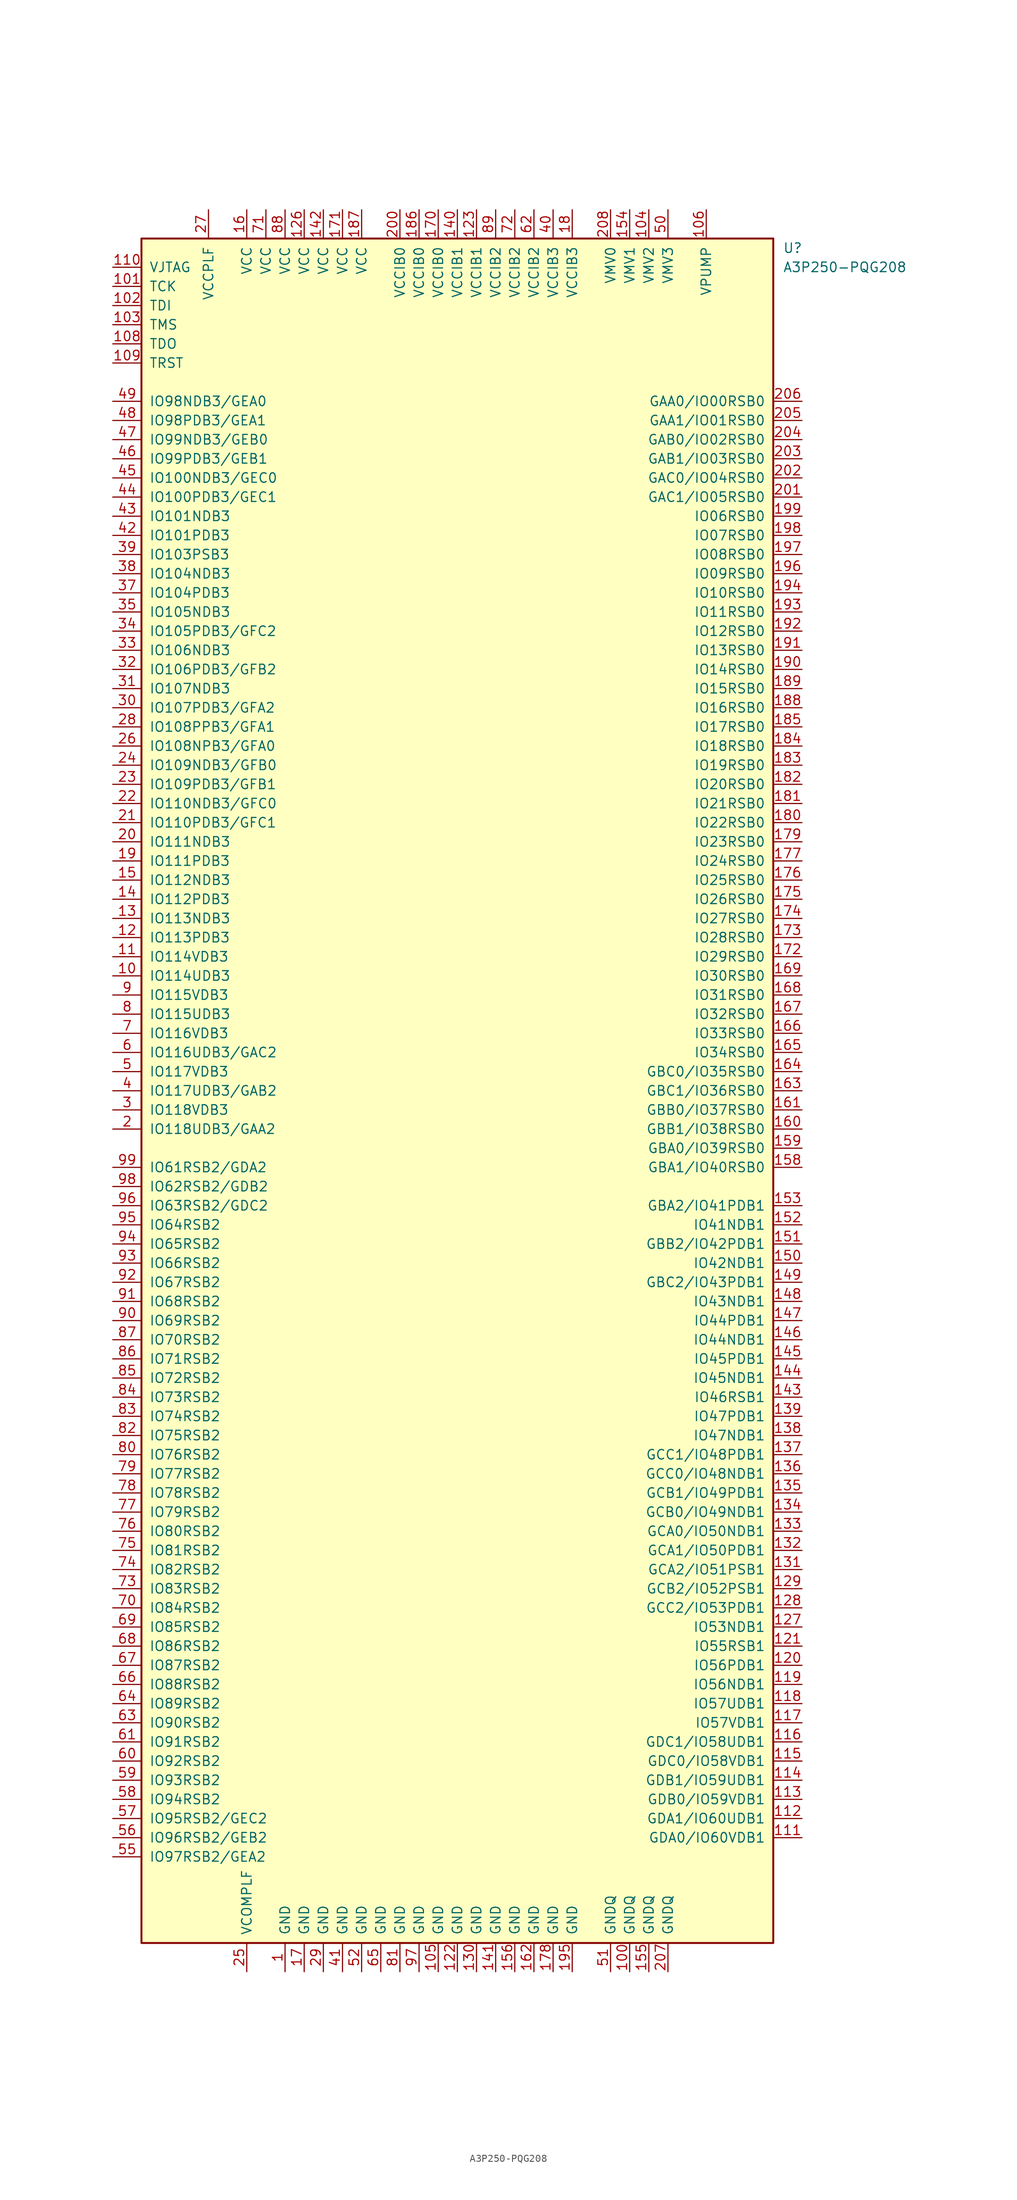
<source format=kicad_sym>
(kicad_symbol_lib
  (version 20201005)
  (generator kicad_symbol_editor)
  (symbol "FPGA_Microsemi:A3P250-PQG208"
    (pin_names
      (offset 1.016))
    (property "Reference" "U"
      (at 43.18 111.76 0)
      (effects (font (size 1.27 1.27)) (justify left)))
    (property "Value" "A3P250-PQG208"
      (at 43.18 109.22 0)
      (effects (font (size 1.27 1.27)) (justify left)))
    (symbol "A3P250-PQG208_1_0"
      (rectangle (start -41.91 -113.03) (end 41.91 113.03) (stroke (width 0.254)) (fill (type background))))
    (symbol "A3P250-PQG208_1_1"
      (pin power_in line (at -22.86 -116.84 90) (length 3.81) (name "GND" (effects (font (size 1.27 1.27)))) (number "1" (effects (font (size 1.27 1.27)))))
      (pin bidirectional line (at -45.72 15.24 0) (length 3.81) (name "IO114UDB3" (effects (font (size 1.27 1.27)))) (number "10" (effects (font (size 1.27 1.27)))))
      (pin power_in line (at 22.86 -116.84 90) (length 3.81) (name "GNDQ" (effects (font (size 1.27 1.27)))) (number "100" (effects (font (size 1.27 1.27)))))
      (pin bidirectional line (at -45.72 106.68 0) (length 3.81) (name "TCK" (effects (font (size 1.27 1.27)))) (number "101" (effects (font (size 1.27 1.27)))))
      (pin bidirectional line (at -45.72 104.14 0) (length 3.81) (name "TDI" (effects (font (size 1.27 1.27)))) (number "102" (effects (font (size 1.27 1.27)))))
      (pin bidirectional line (at -45.72 101.6 0) (length 3.81) (name "TMS" (effects (font (size 1.27 1.27)))) (number "103" (effects (font (size 1.27 1.27)))))
      (pin power_in line (at 25.4 116.84 270) (length 3.81) (name "VMV2" (effects (font (size 1.27 1.27)))) (number "104" (effects (font (size 1.27 1.27)))))
      (pin power_in line (at -2.54 -116.84 90) (length 3.81) (name "GND" (effects (font (size 1.27 1.27)))) (number "105" (effects (font (size 1.27 1.27)))))
      (pin power_in line (at 33.02 116.84 270) (length 3.81) (name "VPUMP" (effects (font (size 1.27 1.27)))) (number "106" (effects (font (size 1.27 1.27)))))
      (pin bidirectional line (at -45.72 99.06 0) (length 3.81) (name "TDO" (effects (font (size 1.27 1.27)))) (number "108" (effects (font (size 1.27 1.27)))))
      (pin bidirectional line (at -45.72 96.52 0) (length 3.81) (name "TRST" (effects (font (size 1.27 1.27)))) (number "109" (effects (font (size 1.27 1.27)))))
      (pin bidirectional line (at -45.72 17.78 0) (length 3.81) (name "IO114VDB3" (effects (font (size 1.27 1.27)))) (number "11" (effects (font (size 1.27 1.27)))))
      (pin power_in line (at -45.72 109.22 0) (length 3.81) (name "VJTAG" (effects (font (size 1.27 1.27)))) (number "110" (effects (font (size 1.27 1.27)))))
      (pin bidirectional line (at 45.72 -99.06 180) (length 3.81) (name "GDA0/IO60VDB1" (effects (font (size 1.27 1.27)))) (number "111" (effects (font (size 1.27 1.27)))))
      (pin bidirectional line (at 45.72 -96.52 180) (length 3.81) (name "GDA1/IO60UDB1" (effects (font (size 1.27 1.27)))) (number "112" (effects (font (size 1.27 1.27)))))
      (pin bidirectional line (at 45.72 -93.98 180) (length 3.81) (name "GDB0/IO59VDB1" (effects (font (size 1.27 1.27)))) (number "113" (effects (font (size 1.27 1.27)))))
      (pin bidirectional line (at 45.72 -91.44 180) (length 3.81) (name "GDB1/IO59UDB1" (effects (font (size 1.27 1.27)))) (number "114" (effects (font (size 1.27 1.27)))))
      (pin bidirectional line (at 45.72 -88.9 180) (length 3.81) (name "GDC0/IO58VDB1" (effects (font (size 1.27 1.27)))) (number "115" (effects (font (size 1.27 1.27)))))
      (pin bidirectional line (at 45.72 -86.36 180) (length 3.81) (name "GDC1/IO58UDB1" (effects (font (size 1.27 1.27)))) (number "116" (effects (font (size 1.27 1.27)))))
      (pin bidirectional line (at 45.72 -83.82 180) (length 3.81) (name "IO57VDB1" (effects (font (size 1.27 1.27)))) (number "117" (effects (font (size 1.27 1.27)))))
      (pin bidirectional line (at 45.72 -81.28 180) (length 3.81) (name "IO57UDB1" (effects (font (size 1.27 1.27)))) (number "118" (effects (font (size 1.27 1.27)))))
      (pin bidirectional line (at 45.72 -78.74 180) (length 3.81) (name "IO56NDB1" (effects (font (size 1.27 1.27)))) (number "119" (effects (font (size 1.27 1.27)))))
      (pin bidirectional line (at -45.72 20.32 0) (length 3.81) (name "IO113PDB3" (effects (font (size 1.27 1.27)))) (number "12" (effects (font (size 1.27 1.27)))))
      (pin bidirectional line (at 45.72 -76.2 180) (length 3.81) (name "IO56PDB1" (effects (font (size 1.27 1.27)))) (number "120" (effects (font (size 1.27 1.27)))))
      (pin bidirectional line (at 45.72 -73.66 180) (length 3.81) (name "IO55RSB1" (effects (font (size 1.27 1.27)))) (number "121" (effects (font (size 1.27 1.27)))))
      (pin power_in line (at 0 -116.84 90) (length 3.81) (name "GND" (effects (font (size 1.27 1.27)))) (number "122" (effects (font (size 1.27 1.27)))))
      (pin power_in line (at 2.54 116.84 270) (length 3.81) (name "VCCIB1" (effects (font (size 1.27 1.27)))) (number "123" (effects (font (size 1.27 1.27)))))
      (pin power_in line (at -20.32 116.84 270) (length 3.81) (name "VCC" (effects (font (size 1.27 1.27)))) (number "126" (effects (font (size 1.27 1.27)))))
      (pin bidirectional line (at 45.72 -71.12 180) (length 3.81) (name "IO53NDB1" (effects (font (size 1.27 1.27)))) (number "127" (effects (font (size 1.27 1.27)))))
      (pin bidirectional line (at 45.72 -68.58 180) (length 3.81) (name "GCC2/IO53PDB1" (effects (font (size 1.27 1.27)))) (number "128" (effects (font (size 1.27 1.27)))))
      (pin bidirectional line (at 45.72 -66.04 180) (length 3.81) (name "GCB2/IO52PSB1" (effects (font (size 1.27 1.27)))) (number "129" (effects (font (size 1.27 1.27)))))
      (pin bidirectional line (at -45.72 22.86 0) (length 3.81) (name "IO113NDB3" (effects (font (size 1.27 1.27)))) (number "13" (effects (font (size 1.27 1.27)))))
      (pin power_in line (at 2.54 -116.84 90) (length 3.81) (name "GND" (effects (font (size 1.27 1.27)))) (number "130" (effects (font (size 1.27 1.27)))))
      (pin bidirectional line (at 45.72 -63.5 180) (length 3.81) (name "GCA2/IO51PSB1" (effects (font (size 1.27 1.27)))) (number "131" (effects (font (size 1.27 1.27)))))
      (pin bidirectional line (at 45.72 -60.96 180) (length 3.81) (name "GCA1/IO50PDB1" (effects (font (size 1.27 1.27)))) (number "132" (effects (font (size 1.27 1.27)))))
      (pin bidirectional line (at 45.72 -58.42 180) (length 3.81) (name "GCA0/IO50NDB1" (effects (font (size 1.27 1.27)))) (number "133" (effects (font (size 1.27 1.27)))))
      (pin bidirectional line (at 45.72 -55.88 180) (length 3.81) (name "GCB0/IO49NDB1" (effects (font (size 1.27 1.27)))) (number "134" (effects (font (size 1.27 1.27)))))
      (pin bidirectional line (at 45.72 -53.34 180) (length 3.81) (name "GCB1/IO49PDB1" (effects (font (size 1.27 1.27)))) (number "135" (effects (font (size 1.27 1.27)))))
      (pin bidirectional line (at 45.72 -50.8 180) (length 3.81) (name "GCC0/IO48NDB1" (effects (font (size 1.27 1.27)))) (number "136" (effects (font (size 1.27 1.27)))))
      (pin bidirectional line (at 45.72 -48.26 180) (length 3.81) (name "GCC1/IO48PDB1" (effects (font (size 1.27 1.27)))) (number "137" (effects (font (size 1.27 1.27)))))
      (pin bidirectional line (at 45.72 -45.72 180) (length 3.81) (name "IO47NDB1" (effects (font (size 1.27 1.27)))) (number "138" (effects (font (size 1.27 1.27)))))
      (pin bidirectional line (at 45.72 -43.18 180) (length 3.81) (name "IO47PDB1" (effects (font (size 1.27 1.27)))) (number "139" (effects (font (size 1.27 1.27)))))
      (pin bidirectional line (at -45.72 25.4 0) (length 3.81) (name "IO112PDB3" (effects (font (size 1.27 1.27)))) (number "14" (effects (font (size 1.27 1.27)))))
      (pin power_in line (at 0 116.84 270) (length 3.81) (name "VCCIB1" (effects (font (size 1.27 1.27)))) (number "140" (effects (font (size 1.27 1.27)))))
      (pin power_in line (at 5.08 -116.84 90) (length 3.81) (name "GND" (effects (font (size 1.27 1.27)))) (number "141" (effects (font (size 1.27 1.27)))))
      (pin power_in line (at -17.78 116.84 270) (length 3.81) (name "VCC" (effects (font (size 1.27 1.27)))) (number "142" (effects (font (size 1.27 1.27)))))
      (pin bidirectional line (at 45.72 -40.64 180) (length 3.81) (name "IO46RSB1" (effects (font (size 1.27 1.27)))) (number "143" (effects (font (size 1.27 1.27)))))
      (pin bidirectional line (at 45.72 -38.1 180) (length 3.81) (name "IO45NDB1" (effects (font (size 1.27 1.27)))) (number "144" (effects (font (size 1.27 1.27)))))
      (pin bidirectional line (at 45.72 -35.56 180) (length 3.81) (name "IO45PDB1" (effects (font (size 1.27 1.27)))) (number "145" (effects (font (size 1.27 1.27)))))
      (pin bidirectional line (at 45.72 -33.02 180) (length 3.81) (name "IO44NDB1" (effects (font (size 1.27 1.27)))) (number "146" (effects (font (size 1.27 1.27)))))
      (pin bidirectional line (at 45.72 -30.48 180) (length 3.81) (name "IO44PDB1" (effects (font (size 1.27 1.27)))) (number "147" (effects (font (size 1.27 1.27)))))
      (pin bidirectional line (at 45.72 -27.94 180) (length 3.81) (name "IO43NDB1" (effects (font (size 1.27 1.27)))) (number "148" (effects (font (size 1.27 1.27)))))
      (pin bidirectional line (at 45.72 -25.4 180) (length 3.81) (name "GBC2/IO43PDB1" (effects (font (size 1.27 1.27)))) (number "149" (effects (font (size 1.27 1.27)))))
      (pin bidirectional line (at -45.72 27.94 0) (length 3.81) (name "IO112NDB3" (effects (font (size 1.27 1.27)))) (number "15" (effects (font (size 1.27 1.27)))))
      (pin bidirectional line (at 45.72 -22.86 180) (length 3.81) (name "IO42NDB1" (effects (font (size 1.27 1.27)))) (number "150" (effects (font (size 1.27 1.27)))))
      (pin bidirectional line (at 45.72 -20.32 180) (length 3.81) (name "GBB2/IO42PDB1" (effects (font (size 1.27 1.27)))) (number "151" (effects (font (size 1.27 1.27)))))
      (pin bidirectional line (at 45.72 -17.78 180) (length 3.81) (name "IO41NDB1" (effects (font (size 1.27 1.27)))) (number "152" (effects (font (size 1.27 1.27)))))
      (pin bidirectional line (at 45.72 -15.24 180) (length 3.81) (name "GBA2/IO41PDB1" (effects (font (size 1.27 1.27)))) (number "153" (effects (font (size 1.27 1.27)))))
      (pin power_in line (at 22.86 116.84 270) (length 3.81) (name "VMV1" (effects (font (size 1.27 1.27)))) (number "154" (effects (font (size 1.27 1.27)))))
      (pin power_in line (at 25.4 -116.84 90) (length 3.81) (name "GNDQ" (effects (font (size 1.27 1.27)))) (number "155" (effects (font (size 1.27 1.27)))))
      (pin power_in line (at 7.62 -116.84 90) (length 3.81) (name "GND" (effects (font (size 1.27 1.27)))) (number "156" (effects (font (size 1.27 1.27)))))
      (pin bidirectional line (at 45.72 -10.16 180) (length 3.81) (name "GBA1/IO40RSB0" (effects (font (size 1.27 1.27)))) (number "158" (effects (font (size 1.27 1.27)))))
      (pin bidirectional line (at 45.72 -7.62 180) (length 3.81) (name "GBA0/IO39RSB0" (effects (font (size 1.27 1.27)))) (number "159" (effects (font (size 1.27 1.27)))))
      (pin power_in line (at -27.94 116.84 270) (length 3.81) (name "VCC" (effects (font (size 1.27 1.27)))) (number "16" (effects (font (size 1.27 1.27)))))
      (pin bidirectional line (at 45.72 -5.08 180) (length 3.81) (name "GBB1/IO38RSB0" (effects (font (size 1.27 1.27)))) (number "160" (effects (font (size 1.27 1.27)))))
      (pin bidirectional line (at 45.72 -2.54 180) (length 3.81) (name "GBB0/IO37RSB0" (effects (font (size 1.27 1.27)))) (number "161" (effects (font (size 1.27 1.27)))))
      (pin power_in line (at 10.16 -116.84 90) (length 3.81) (name "GND" (effects (font (size 1.27 1.27)))) (number "162" (effects (font (size 1.27 1.27)))))
      (pin bidirectional line (at 45.72 0 180) (length 3.81) (name "GBC1/IO36RSB0" (effects (font (size 1.27 1.27)))) (number "163" (effects (font (size 1.27 1.27)))))
      (pin bidirectional line (at 45.72 2.54 180) (length 3.81) (name "GBC0/IO35RSB0" (effects (font (size 1.27 1.27)))) (number "164" (effects (font (size 1.27 1.27)))))
      (pin bidirectional line (at 45.72 5.08 180) (length 3.81) (name "IO34RSB0" (effects (font (size 1.27 1.27)))) (number "165" (effects (font (size 1.27 1.27)))))
      (pin bidirectional line (at 45.72 7.62 180) (length 3.81) (name "IO33RSB0" (effects (font (size 1.27 1.27)))) (number "166" (effects (font (size 1.27 1.27)))))
      (pin bidirectional line (at 45.72 10.16 180) (length 3.81) (name "IO32RSB0" (effects (font (size 1.27 1.27)))) (number "167" (effects (font (size 1.27 1.27)))))
      (pin bidirectional line (at 45.72 12.7 180) (length 3.81) (name "IO31RSB0" (effects (font (size 1.27 1.27)))) (number "168" (effects (font (size 1.27 1.27)))))
      (pin bidirectional line (at 45.72 15.24 180) (length 3.81) (name "IO30RSB0" (effects (font (size 1.27 1.27)))) (number "169" (effects (font (size 1.27 1.27)))))
      (pin power_in line (at -20.32 -116.84 90) (length 3.81) (name "GND" (effects (font (size 1.27 1.27)))) (number "17" (effects (font (size 1.27 1.27)))))
      (pin power_in line (at -2.54 116.84 270) (length 3.81) (name "VCCIB0" (effects (font (size 1.27 1.27)))) (number "170" (effects (font (size 1.27 1.27)))))
      (pin power_in line (at -15.24 116.84 270) (length 3.81) (name "VCC" (effects (font (size 1.27 1.27)))) (number "171" (effects (font (size 1.27 1.27)))))
      (pin bidirectional line (at 45.72 17.78 180) (length 3.81) (name "IO29RSB0" (effects (font (size 1.27 1.27)))) (number "172" (effects (font (size 1.27 1.27)))))
      (pin bidirectional line (at 45.72 20.32 180) (length 3.81) (name "IO28RSB0" (effects (font (size 1.27 1.27)))) (number "173" (effects (font (size 1.27 1.27)))))
      (pin bidirectional line (at 45.72 22.86 180) (length 3.81) (name "IO27RSB0" (effects (font (size 1.27 1.27)))) (number "174" (effects (font (size 1.27 1.27)))))
      (pin bidirectional line (at 45.72 25.4 180) (length 3.81) (name "IO26RSB0" (effects (font (size 1.27 1.27)))) (number "175" (effects (font (size 1.27 1.27)))))
      (pin bidirectional line (at 45.72 27.94 180) (length 3.81) (name "IO25RSB0" (effects (font (size 1.27 1.27)))) (number "176" (effects (font (size 1.27 1.27)))))
      (pin bidirectional line (at 45.72 30.48 180) (length 3.81) (name "IO24RSB0" (effects (font (size 1.27 1.27)))) (number "177" (effects (font (size 1.27 1.27)))))
      (pin power_in line (at 12.7 -116.84 90) (length 3.81) (name "GND" (effects (font (size 1.27 1.27)))) (number "178" (effects (font (size 1.27 1.27)))))
      (pin bidirectional line (at 45.72 33.02 180) (length 3.81) (name "IO23RSB0" (effects (font (size 1.27 1.27)))) (number "179" (effects (font (size 1.27 1.27)))))
      (pin power_in line (at 15.24 116.84 270) (length 3.81) (name "VCCIB3" (effects (font (size 1.27 1.27)))) (number "18" (effects (font (size 1.27 1.27)))))
      (pin bidirectional line (at 45.72 35.56 180) (length 3.81) (name "IO22RSB0" (effects (font (size 1.27 1.27)))) (number "180" (effects (font (size 1.27 1.27)))))
      (pin bidirectional line (at 45.72 38.1 180) (length 3.81) (name "IO21RSB0" (effects (font (size 1.27 1.27)))) (number "181" (effects (font (size 1.27 1.27)))))
      (pin bidirectional line (at 45.72 40.64 180) (length 3.81) (name "IO20RSB0" (effects (font (size 1.27 1.27)))) (number "182" (effects (font (size 1.27 1.27)))))
      (pin bidirectional line (at 45.72 43.18 180) (length 3.81) (name "IO19RSB0" (effects (font (size 1.27 1.27)))) (number "183" (effects (font (size 1.27 1.27)))))
      (pin bidirectional line (at 45.72 45.72 180) (length 3.81) (name "IO18RSB0" (effects (font (size 1.27 1.27)))) (number "184" (effects (font (size 1.27 1.27)))))
      (pin bidirectional line (at 45.72 48.26 180) (length 3.81) (name "IO17RSB0" (effects (font (size 1.27 1.27)))) (number "185" (effects (font (size 1.27 1.27)))))
      (pin power_in line (at -5.08 116.84 270) (length 3.81) (name "VCCIB0" (effects (font (size 1.27 1.27)))) (number "186" (effects (font (size 1.27 1.27)))))
      (pin power_in line (at -12.7 116.84 270) (length 3.81) (name "VCC" (effects (font (size 1.27 1.27)))) (number "187" (effects (font (size 1.27 1.27)))))
      (pin bidirectional line (at 45.72 50.8 180) (length 3.81) (name "IO16RSB0" (effects (font (size 1.27 1.27)))) (number "188" (effects (font (size 1.27 1.27)))))
      (pin bidirectional line (at 45.72 53.34 180) (length 3.81) (name "IO15RSB0" (effects (font (size 1.27 1.27)))) (number "189" (effects (font (size 1.27 1.27)))))
      (pin bidirectional line (at -45.72 30.48 0) (length 3.81) (name "IO111PDB3" (effects (font (size 1.27 1.27)))) (number "19" (effects (font (size 1.27 1.27)))))
      (pin bidirectional line (at 45.72 55.88 180) (length 3.81) (name "IO14RSB0" (effects (font (size 1.27 1.27)))) (number "190" (effects (font (size 1.27 1.27)))))
      (pin bidirectional line (at 45.72 58.42 180) (length 3.81) (name "IO13RSB0" (effects (font (size 1.27 1.27)))) (number "191" (effects (font (size 1.27 1.27)))))
      (pin bidirectional line (at 45.72 60.96 180) (length 3.81) (name "IO12RSB0" (effects (font (size 1.27 1.27)))) (number "192" (effects (font (size 1.27 1.27)))))
      (pin bidirectional line (at 45.72 63.5 180) (length 3.81) (name "IO11RSB0" (effects (font (size 1.27 1.27)))) (number "193" (effects (font (size 1.27 1.27)))))
      (pin bidirectional line (at 45.72 66.04 180) (length 3.81) (name "IO10RSB0" (effects (font (size 1.27 1.27)))) (number "194" (effects (font (size 1.27 1.27)))))
      (pin power_in line (at 15.24 -116.84 90) (length 3.81) (name "GND" (effects (font (size 1.27 1.27)))) (number "195" (effects (font (size 1.27 1.27)))))
      (pin bidirectional line (at 45.72 68.58 180) (length 3.81) (name "IO09RSB0" (effects (font (size 1.27 1.27)))) (number "196" (effects (font (size 1.27 1.27)))))
      (pin bidirectional line (at 45.72 71.12 180) (length 3.81) (name "IO08RSB0" (effects (font (size 1.27 1.27)))) (number "197" (effects (font (size 1.27 1.27)))))
      (pin bidirectional line (at 45.72 73.66 180) (length 3.81) (name "IO07RSB0" (effects (font (size 1.27 1.27)))) (number "198" (effects (font (size 1.27 1.27)))))
      (pin bidirectional line (at 45.72 76.2 180) (length 3.81) (name "IO06RSB0" (effects (font (size 1.27 1.27)))) (number "199" (effects (font (size 1.27 1.27)))))
      (pin bidirectional line (at -45.72 -5.08 0) (length 3.81) (name "IO118UDB3/GAA2" (effects (font (size 1.27 1.27)))) (number "2" (effects (font (size 1.27 1.27)))))
      (pin bidirectional line (at -45.72 33.02 0) (length 3.81) (name "IO111NDB3" (effects (font (size 1.27 1.27)))) (number "20" (effects (font (size 1.27 1.27)))))
      (pin power_in line (at -7.62 116.84 270) (length 3.81) (name "VCCIB0" (effects (font (size 1.27 1.27)))) (number "200" (effects (font (size 1.27 1.27)))))
      (pin bidirectional line (at 45.72 78.74 180) (length 3.81) (name "GAC1/IO05RSB0" (effects (font (size 1.27 1.27)))) (number "201" (effects (font (size 1.27 1.27)))))
      (pin bidirectional line (at 45.72 81.28 180) (length 3.81) (name "GAC0/IO04RSB0" (effects (font (size 1.27 1.27)))) (number "202" (effects (font (size 1.27 1.27)))))
      (pin bidirectional line (at 45.72 83.82 180) (length 3.81) (name "GAB1/IO03RSB0" (effects (font (size 1.27 1.27)))) (number "203" (effects (font (size 1.27 1.27)))))
      (pin bidirectional line (at 45.72 86.36 180) (length 3.81) (name "GAB0/IO02RSB0" (effects (font (size 1.27 1.27)))) (number "204" (effects (font (size 1.27 1.27)))))
      (pin bidirectional line (at 45.72 88.9 180) (length 3.81) (name "GAA1/IO01RSB0" (effects (font (size 1.27 1.27)))) (number "205" (effects (font (size 1.27 1.27)))))
      (pin bidirectional line (at 45.72 91.44 180) (length 3.81) (name "GAA0/IO00RSB0" (effects (font (size 1.27 1.27)))) (number "206" (effects (font (size 1.27 1.27)))))
      (pin power_in line (at 27.94 -116.84 90) (length 3.81) (name "GNDQ" (effects (font (size 1.27 1.27)))) (number "207" (effects (font (size 1.27 1.27)))))
      (pin power_in line (at 20.32 116.84 270) (length 3.81) (name "VMV0" (effects (font (size 1.27 1.27)))) (number "208" (effects (font (size 1.27 1.27)))))
      (pin bidirectional line (at -45.72 35.56 0) (length 3.81) (name "IO110PDB3/GFC1" (effects (font (size 1.27 1.27)))) (number "21" (effects (font (size 1.27 1.27)))))
      (pin bidirectional line (at -45.72 38.1 0) (length 3.81) (name "IO110NDB3/GFC0" (effects (font (size 1.27 1.27)))) (number "22" (effects (font (size 1.27 1.27)))))
      (pin bidirectional line (at -45.72 40.64 0) (length 3.81) (name "IO109PDB3/GFB1" (effects (font (size 1.27 1.27)))) (number "23" (effects (font (size 1.27 1.27)))))
      (pin bidirectional line (at -45.72 43.18 0) (length 3.81) (name "IO109NDB3/GFB0" (effects (font (size 1.27 1.27)))) (number "24" (effects (font (size 1.27 1.27)))))
      (pin power_in line (at -27.94 -116.84 90) (length 3.81) (name "VCOMPLF" (effects (font (size 1.27 1.27)))) (number "25" (effects (font (size 1.27 1.27)))))
      (pin bidirectional line (at -45.72 45.72 0) (length 3.81) (name "IO108NPB3/GFA0" (effects (font (size 1.27 1.27)))) (number "26" (effects (font (size 1.27 1.27)))))
      (pin power_in line (at -33.02 116.84 270) (length 3.81) (name "VCCPLF" (effects (font (size 1.27 1.27)))) (number "27" (effects (font (size 1.27 1.27)))))
      (pin bidirectional line (at -45.72 48.26 0) (length 3.81) (name "IO108PPB3/GFA1" (effects (font (size 1.27 1.27)))) (number "28" (effects (font (size 1.27 1.27)))))
      (pin power_in line (at -17.78 -116.84 90) (length 3.81) (name "GND" (effects (font (size 1.27 1.27)))) (number "29" (effects (font (size 1.27 1.27)))))
      (pin bidirectional line (at -45.72 -2.54 0) (length 3.81) (name "IO118VDB3" (effects (font (size 1.27 1.27)))) (number "3" (effects (font (size 1.27 1.27)))))
      (pin bidirectional line (at -45.72 50.8 0) (length 3.81) (name "IO107PDB3/GFA2" (effects (font (size 1.27 1.27)))) (number "30" (effects (font (size 1.27 1.27)))))
      (pin bidirectional line (at -45.72 53.34 0) (length 3.81) (name "IO107NDB3" (effects (font (size 1.27 1.27)))) (number "31" (effects (font (size 1.27 1.27)))))
      (pin bidirectional line (at -45.72 55.88 0) (length 3.81) (name "IO106PDB3/GFB2" (effects (font (size 1.27 1.27)))) (number "32" (effects (font (size 1.27 1.27)))))
      (pin bidirectional line (at -45.72 58.42 0) (length 3.81) (name "IO106NDB3" (effects (font (size 1.27 1.27)))) (number "33" (effects (font (size 1.27 1.27)))))
      (pin bidirectional line (at -45.72 60.96 0) (length 3.81) (name "IO105PDB3/GFC2" (effects (font (size 1.27 1.27)))) (number "34" (effects (font (size 1.27 1.27)))))
      (pin bidirectional line (at -45.72 63.5 0) (length 3.81) (name "IO105NDB3" (effects (font (size 1.27 1.27)))) (number "35" (effects (font (size 1.27 1.27)))))
      (pin bidirectional line (at -45.72 66.04 0) (length 3.81) (name "IO104PDB3" (effects (font (size 1.27 1.27)))) (number "37" (effects (font (size 1.27 1.27)))))
      (pin bidirectional line (at -45.72 68.58 0) (length 3.81) (name "IO104NDB3" (effects (font (size 1.27 1.27)))) (number "38" (effects (font (size 1.27 1.27)))))
      (pin bidirectional line (at -45.72 71.12 0) (length 3.81) (name "IO103PSB3" (effects (font (size 1.27 1.27)))) (number "39" (effects (font (size 1.27 1.27)))))
      (pin bidirectional line (at -45.72 0 0) (length 3.81) (name "IO117UDB3/GAB2" (effects (font (size 1.27 1.27)))) (number "4" (effects (font (size 1.27 1.27)))))
      (pin power_in line (at 12.7 116.84 270) (length 3.81) (name "VCCIB3" (effects (font (size 1.27 1.27)))) (number "40" (effects (font (size 1.27 1.27)))))
      (pin power_in line (at -15.24 -116.84 90) (length 3.81) (name "GND" (effects (font (size 1.27 1.27)))) (number "41" (effects (font (size 1.27 1.27)))))
      (pin bidirectional line (at -45.72 73.66 0) (length 3.81) (name "IO101PDB3" (effects (font (size 1.27 1.27)))) (number "42" (effects (font (size 1.27 1.27)))))
      (pin bidirectional line (at -45.72 76.2 0) (length 3.81) (name "IO101NDB3" (effects (font (size 1.27 1.27)))) (number "43" (effects (font (size 1.27 1.27)))))
      (pin bidirectional line (at -45.72 78.74 0) (length 3.81) (name "IO100PDB3/GEC1" (effects (font (size 1.27 1.27)))) (number "44" (effects (font (size 1.27 1.27)))))
      (pin bidirectional line (at -45.72 81.28 0) (length 3.81) (name "IO100NDB3/GEC0" (effects (font (size 1.27 1.27)))) (number "45" (effects (font (size 1.27 1.27)))))
      (pin bidirectional line (at -45.72 83.82 0) (length 3.81) (name "IO99PDB3/GEB1" (effects (font (size 1.27 1.27)))) (number "46" (effects (font (size 1.27 1.27)))))
      (pin bidirectional line (at -45.72 86.36 0) (length 3.81) (name "IO99NDB3/GEB0" (effects (font (size 1.27 1.27)))) (number "47" (effects (font (size 1.27 1.27)))))
      (pin bidirectional line (at -45.72 88.9 0) (length 3.81) (name "IO98PDB3/GEA1" (effects (font (size 1.27 1.27)))) (number "48" (effects (font (size 1.27 1.27)))))
      (pin bidirectional line (at -45.72 91.44 0) (length 3.81) (name "IO98NDB3/GEA0" (effects (font (size 1.27 1.27)))) (number "49" (effects (font (size 1.27 1.27)))))
      (pin bidirectional line (at -45.72 2.54 0) (length 3.81) (name "IO117VDB3" (effects (font (size 1.27 1.27)))) (number "5" (effects (font (size 1.27 1.27)))))
      (pin power_in line (at 27.94 116.84 270) (length 3.81) (name "VMV3" (effects (font (size 1.27 1.27)))) (number "50" (effects (font (size 1.27 1.27)))))
      (pin power_in line (at 20.32 -116.84 90) (length 3.81) (name "GNDQ" (effects (font (size 1.27 1.27)))) (number "51" (effects (font (size 1.27 1.27)))))
      (pin power_in line (at -12.7 -116.84 90) (length 3.81) (name "GND" (effects (font (size 1.27 1.27)))) (number "52" (effects (font (size 1.27 1.27)))))
      (pin bidirectional line (at -45.72 -101.6 0) (length 3.81) (name "IO97RSB2/GEA2" (effects (font (size 1.27 1.27)))) (number "55" (effects (font (size 1.27 1.27)))))
      (pin bidirectional line (at -45.72 -99.06 0) (length 3.81) (name "IO96RSB2/GEB2" (effects (font (size 1.27 1.27)))) (number "56" (effects (font (size 1.27 1.27)))))
      (pin bidirectional line (at -45.72 -96.52 0) (length 3.81) (name "IO95RSB2/GEC2" (effects (font (size 1.27 1.27)))) (number "57" (effects (font (size 1.27 1.27)))))
      (pin bidirectional line (at -45.72 -93.98 0) (length 3.81) (name "IO94RSB2" (effects (font (size 1.27 1.27)))) (number "58" (effects (font (size 1.27 1.27)))))
      (pin bidirectional line (at -45.72 -91.44 0) (length 3.81) (name "IO93RSB2" (effects (font (size 1.27 1.27)))) (number "59" (effects (font (size 1.27 1.27)))))
      (pin bidirectional line (at -45.72 5.08 0) (length 3.81) (name "IO116UDB3/GAC2" (effects (font (size 1.27 1.27)))) (number "6" (effects (font (size 1.27 1.27)))))
      (pin bidirectional line (at -45.72 -88.9 0) (length 3.81) (name "IO92RSB2" (effects (font (size 1.27 1.27)))) (number "60" (effects (font (size 1.27 1.27)))))
      (pin bidirectional line (at -45.72 -86.36 0) (length 3.81) (name "IO91RSB2" (effects (font (size 1.27 1.27)))) (number "61" (effects (font (size 1.27 1.27)))))
      (pin power_in line (at 10.16 116.84 270) (length 3.81) (name "VCCIB2" (effects (font (size 1.27 1.27)))) (number "62" (effects (font (size 1.27 1.27)))))
      (pin bidirectional line (at -45.72 -83.82 0) (length 3.81) (name "IO90RSB2" (effects (font (size 1.27 1.27)))) (number "63" (effects (font (size 1.27 1.27)))))
      (pin bidirectional line (at -45.72 -81.28 0) (length 3.81) (name "IO89RSB2" (effects (font (size 1.27 1.27)))) (number "64" (effects (font (size 1.27 1.27)))))
      (pin power_in line (at -10.16 -116.84 90) (length 3.81) (name "GND" (effects (font (size 1.27 1.27)))) (number "65" (effects (font (size 1.27 1.27)))))
      (pin bidirectional line (at -45.72 -78.74 0) (length 3.81) (name "IO88RSB2" (effects (font (size 1.27 1.27)))) (number "66" (effects (font (size 1.27 1.27)))))
      (pin bidirectional line (at -45.72 -76.2 0) (length 3.81) (name "IO87RSB2" (effects (font (size 1.27 1.27)))) (number "67" (effects (font (size 1.27 1.27)))))
      (pin bidirectional line (at -45.72 -73.66 0) (length 3.81) (name "IO86RSB2" (effects (font (size 1.27 1.27)))) (number "68" (effects (font (size 1.27 1.27)))))
      (pin bidirectional line (at -45.72 -71.12 0) (length 3.81) (name "IO85RSB2" (effects (font (size 1.27 1.27)))) (number "69" (effects (font (size 1.27 1.27)))))
      (pin bidirectional line (at -45.72 7.62 0) (length 3.81) (name "IO116VDB3" (effects (font (size 1.27 1.27)))) (number "7" (effects (font (size 1.27 1.27)))))
      (pin bidirectional line (at -45.72 -68.58 0) (length 3.81) (name "IO84RSB2" (effects (font (size 1.27 1.27)))) (number "70" (effects (font (size 1.27 1.27)))))
      (pin power_in line (at -25.4 116.84 270) (length 3.81) (name "VCC" (effects (font (size 1.27 1.27)))) (number "71" (effects (font (size 1.27 1.27)))))
      (pin power_in line (at 7.62 116.84 270) (length 3.81) (name "VCCIB2" (effects (font (size 1.27 1.27)))) (number "72" (effects (font (size 1.27 1.27)))))
      (pin bidirectional line (at -45.72 -66.04 0) (length 3.81) (name "IO83RSB2" (effects (font (size 1.27 1.27)))) (number "73" (effects (font (size 1.27 1.27)))))
      (pin bidirectional line (at -45.72 -63.5 0) (length 3.81) (name "IO82RSB2" (effects (font (size 1.27 1.27)))) (number "74" (effects (font (size 1.27 1.27)))))
      (pin bidirectional line (at -45.72 -60.96 0) (length 3.81) (name "IO81RSB2" (effects (font (size 1.27 1.27)))) (number "75" (effects (font (size 1.27 1.27)))))
      (pin bidirectional line (at -45.72 -58.42 0) (length 3.81) (name "IO80RSB2" (effects (font (size 1.27 1.27)))) (number "76" (effects (font (size 1.27 1.27)))))
      (pin bidirectional line (at -45.72 -55.88 0) (length 3.81) (name "IO79RSB2" (effects (font (size 1.27 1.27)))) (number "77" (effects (font (size 1.27 1.27)))))
      (pin bidirectional line (at -45.72 -53.34 0) (length 3.81) (name "IO78RSB2" (effects (font (size 1.27 1.27)))) (number "78" (effects (font (size 1.27 1.27)))))
      (pin bidirectional line (at -45.72 -50.8 0) (length 3.81) (name "IO77RSB2" (effects (font (size 1.27 1.27)))) (number "79" (effects (font (size 1.27 1.27)))))
      (pin bidirectional line (at -45.72 10.16 0) (length 3.81) (name "IO115UDB3" (effects (font (size 1.27 1.27)))) (number "8" (effects (font (size 1.27 1.27)))))
      (pin bidirectional line (at -45.72 -48.26 0) (length 3.81) (name "IO76RSB2" (effects (font (size 1.27 1.27)))) (number "80" (effects (font (size 1.27 1.27)))))
      (pin power_in line (at -7.62 -116.84 90) (length 3.81) (name "GND" (effects (font (size 1.27 1.27)))) (number "81" (effects (font (size 1.27 1.27)))))
      (pin bidirectional line (at -45.72 -45.72 0) (length 3.81) (name "IO75RSB2" (effects (font (size 1.27 1.27)))) (number "82" (effects (font (size 1.27 1.27)))))
      (pin bidirectional line (at -45.72 -43.18 0) (length 3.81) (name "IO74RSB2" (effects (font (size 1.27 1.27)))) (number "83" (effects (font (size 1.27 1.27)))))
      (pin bidirectional line (at -45.72 -40.64 0) (length 3.81) (name "IO73RSB2" (effects (font (size 1.27 1.27)))) (number "84" (effects (font (size 1.27 1.27)))))
      (pin bidirectional line (at -45.72 -38.1 0) (length 3.81) (name "IO72RSB2" (effects (font (size 1.27 1.27)))) (number "85" (effects (font (size 1.27 1.27)))))
      (pin bidirectional line (at -45.72 -35.56 0) (length 3.81) (name "IO71RSB2" (effects (font (size 1.27 1.27)))) (number "86" (effects (font (size 1.27 1.27)))))
      (pin bidirectional line (at -45.72 -33.02 0) (length 3.81) (name "IO70RSB2" (effects (font (size 1.27 1.27)))) (number "87" (effects (font (size 1.27 1.27)))))
      (pin power_in line (at -22.86 116.84 270) (length 3.81) (name "VCC" (effects (font (size 1.27 1.27)))) (number "88" (effects (font (size 1.27 1.27)))))
      (pin power_in line (at 5.08 116.84 270) (length 3.81) (name "VCCIB2" (effects (font (size 1.27 1.27)))) (number "89" (effects (font (size 1.27 1.27)))))
      (pin bidirectional line (at -45.72 12.7 0) (length 3.81) (name "IO115VDB3" (effects (font (size 1.27 1.27)))) (number "9" (effects (font (size 1.27 1.27)))))
      (pin bidirectional line (at -45.72 -30.48 0) (length 3.81) (name "IO69RSB2" (effects (font (size 1.27 1.27)))) (number "90" (effects (font (size 1.27 1.27)))))
      (pin bidirectional line (at -45.72 -27.94 0) (length 3.81) (name "IO68RSB2" (effects (font (size 1.27 1.27)))) (number "91" (effects (font (size 1.27 1.27)))))
      (pin bidirectional line (at -45.72 -25.4 0) (length 3.81) (name "IO67RSB2" (effects (font (size 1.27 1.27)))) (number "92" (effects (font (size 1.27 1.27)))))
      (pin bidirectional line (at -45.72 -22.86 0) (length 3.81) (name "IO66RSB2" (effects (font (size 1.27 1.27)))) (number "93" (effects (font (size 1.27 1.27)))))
      (pin bidirectional line (at -45.72 -20.32 0) (length 3.81) (name "IO65RSB2" (effects (font (size 1.27 1.27)))) (number "94" (effects (font (size 1.27 1.27)))))
      (pin bidirectional line (at -45.72 -17.78 0) (length 3.81) (name "IO64RSB2" (effects (font (size 1.27 1.27)))) (number "95" (effects (font (size 1.27 1.27)))))
      (pin bidirectional line (at -45.72 -15.24 0) (length 3.81) (name "IO63RSB2/GDC2" (effects (font (size 1.27 1.27)))) (number "96" (effects (font (size 1.27 1.27)))))
      (pin power_in line (at -5.08 -116.84 90) (length 3.81) (name "GND" (effects (font (size 1.27 1.27)))) (number "97" (effects (font (size 1.27 1.27)))))
      (pin bidirectional line (at -45.72 -12.7 0) (length 3.81) (name "IO62RSB2/GDB2" (effects (font (size 1.27 1.27)))) (number "98" (effects (font (size 1.27 1.27)))))
      (pin bidirectional line (at -45.72 -10.16 0) (length 3.81) (name "IO61RSB2/GDA2" (effects (font (size 1.27 1.27)))) (number "99" (effects (font (size 1.27 1.27))))))))
</source>
